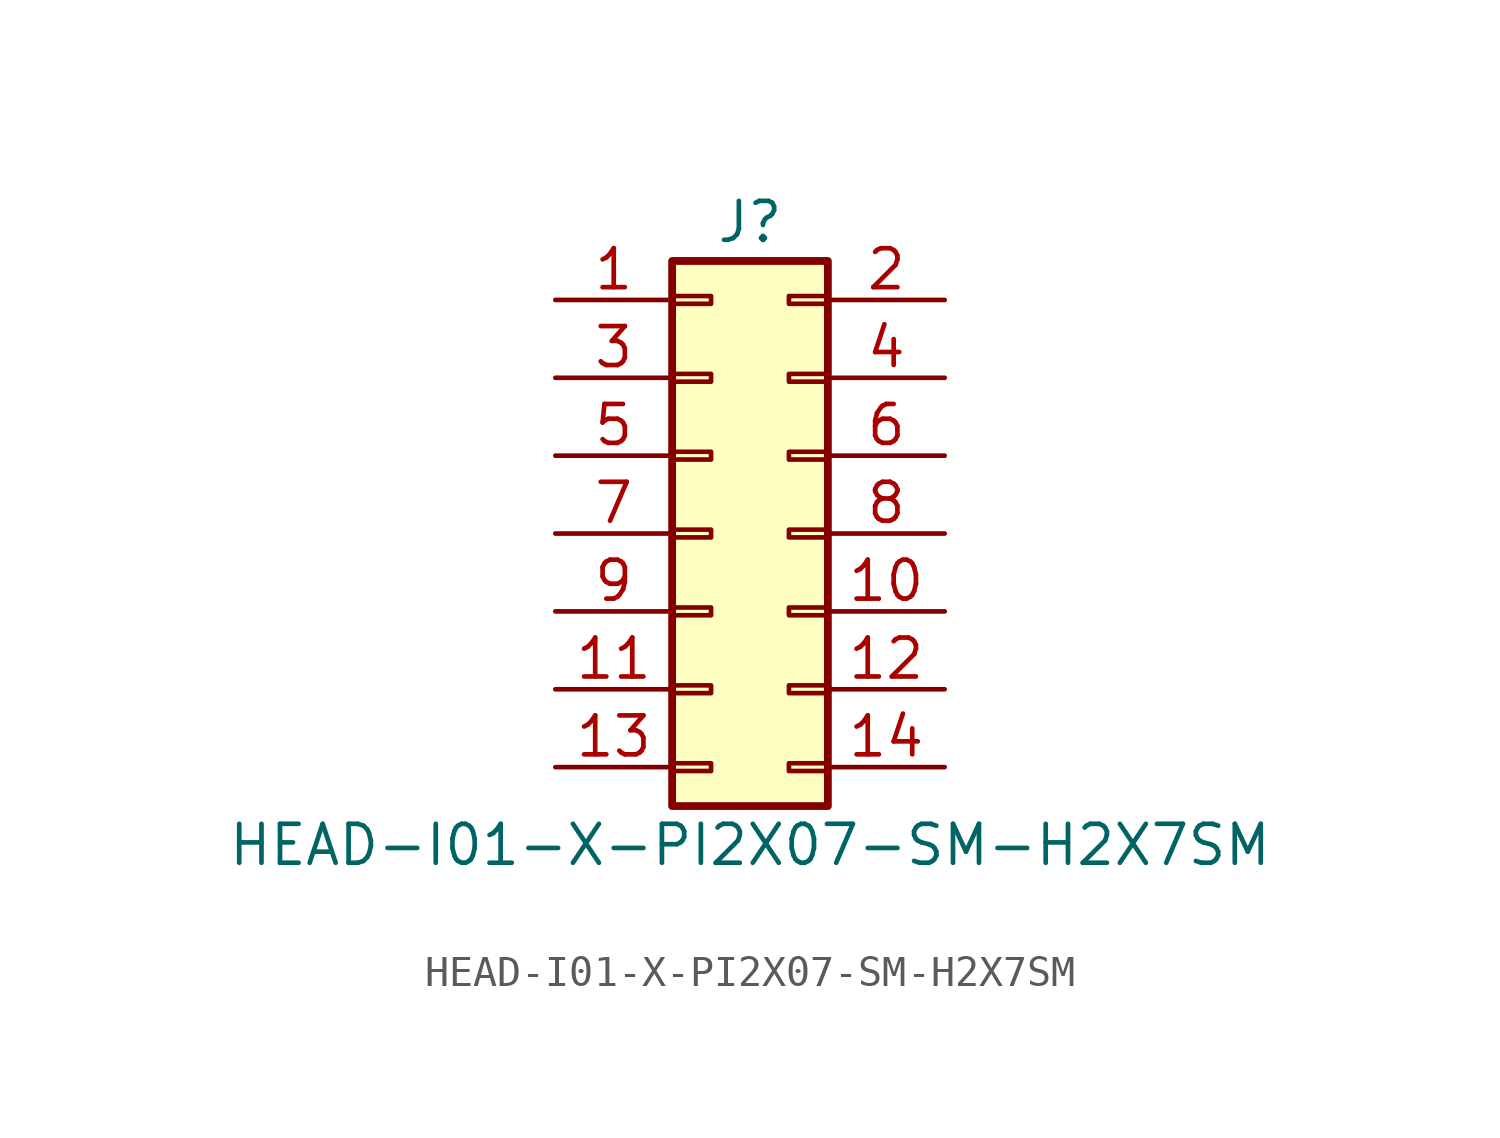
<source format=kicad_sym>
(kicad_symbol_lib
  (version 20211014)
  (generator kicad_symbol_editor)
  (symbol "HEAD-I01-X-PI2X07-SM-H2X7SM"
    (pin_names
      (offset 1.016) hide)
    (property "Reference" "J"
      (at 1.27 10.16 0)
      (effects (font (size 1.27 1.27))))
    (property "Value" "HEAD-I01-X-PI2X07-SM-H2X7SM"
      (at 1.27 -10.16 0)
      (effects (font (size 1.27 1.27))))
    (symbol "HEAD-I01-X-PI2X07-SM-H2X7SM_1_1"
      (rectangle (start -1.27 -7.493) (end 0 -7.747) (stroke (width 0.152) (type default) (color 0 0 0 0)) (fill (type none)))
      (rectangle (start -1.27 -4.953) (end 0 -5.207) (stroke (width 0.152) (type default) (color 0 0 0 0)) (fill (type none)))
      (rectangle (start -1.27 -2.413) (end 0 -2.667) (stroke (width 0.152) (type default) (color 0 0 0 0)) (fill (type none)))
      (rectangle (start -1.27 0.127) (end 0 -0.127) (stroke (width 0.152) (type default) (color 0 0 0 0)) (fill (type none)))
      (rectangle (start -1.27 2.667) (end 0 2.413) (stroke (width 0.152) (type default) (color 0 0 0 0)) (fill (type none)))
      (rectangle (start -1.27 5.207) (end 0 4.953) (stroke (width 0.152) (type default) (color 0 0 0 0)) (fill (type none)))
      (rectangle (start -1.27 7.747) (end 0 7.493) (stroke (width 0.152) (type default) (color 0 0 0 0)) (fill (type none)))
      (rectangle (start -1.27 8.89) (end 3.81 -8.89) (stroke (width 0.254) (type default) (color 0 0 0 0)) (fill (type background)))
      (rectangle (start 3.81 -7.493) (end 2.54 -7.747) (stroke (width 0.152) (type default) (color 0 0 0 0)) (fill (type none)))
      (rectangle (start 3.81 -4.953) (end 2.54 -5.207) (stroke (width 0.152) (type default) (color 0 0 0 0)) (fill (type none)))
      (rectangle (start 3.81 -2.413) (end 2.54 -2.667) (stroke (width 0.152) (type default) (color 0 0 0 0)) (fill (type none)))
      (rectangle (start 3.81 0.127) (end 2.54 -0.127) (stroke (width 0.152) (type default) (color 0 0 0 0)) (fill (type none)))
      (rectangle (start 3.81 2.667) (end 2.54 2.413) (stroke (width 0.152) (type default) (color 0 0 0 0)) (fill (type none)))
      (rectangle (start 3.81 5.207) (end 2.54 4.953) (stroke (width 0.152) (type default) (color 0 0 0 0)) (fill (type none)))
      (rectangle (start 3.81 7.747) (end 2.54 7.493) (stroke (width 0.152) (type default) (color 0 0 0 0)) (fill (type none)))
      (pin passive line (at -5.08 7.62 0) (length 3.81) (name "Pin_1" (effects (font (size 1.27 1.27)))) (number "1" (effects (font (size 1.27 1.27)))))
      (pin passive line (at 7.62 -2.54 180) (length 3.81) (name "Pin_10" (effects (font (size 1.27 1.27)))) (number "10" (effects (font (size 1.27 1.27)))))
      (pin passive line (at -5.08 -5.08 0) (length 3.81) (name "Pin_11" (effects (font (size 1.27 1.27)))) (number "11" (effects (font (size 1.27 1.27)))))
      (pin passive line (at 7.62 -5.08 180) (length 3.81) (name "Pin_12" (effects (font (size 1.27 1.27)))) (number "12" (effects (font (size 1.27 1.27)))))
      (pin passive line (at -5.08 -7.62 0) (length 3.81) (name "Pin_13" (effects (font (size 1.27 1.27)))) (number "13" (effects (font (size 1.27 1.27)))))
      (pin passive line (at 7.62 -7.62 180) (length 3.81) (name "Pin_14" (effects (font (size 1.27 1.27)))) (number "14" (effects (font (size 1.27 1.27)))))
      (pin passive line (at 7.62 7.62 180) (length 3.81) (name "Pin_2" (effects (font (size 1.27 1.27)))) (number "2" (effects (font (size 1.27 1.27)))))
      (pin passive line (at -5.08 5.08 0) (length 3.81) (name "Pin_3" (effects (font (size 1.27 1.27)))) (number "3" (effects (font (size 1.27 1.27)))))
      (pin passive line (at 7.62 5.08 180) (length 3.81) (name "Pin_4" (effects (font (size 1.27 1.27)))) (number "4" (effects (font (size 1.27 1.27)))))
      (pin passive line (at -5.08 2.54 0) (length 3.81) (name "Pin_5" (effects (font (size 1.27 1.27)))) (number "5" (effects (font (size 1.27 1.27)))))
      (pin passive line (at 7.62 2.54 180) (length 3.81) (name "Pin_6" (effects (font (size 1.27 1.27)))) (number "6" (effects (font (size 1.27 1.27)))))
      (pin passive line (at -5.08 0 0) (length 3.81) (name "Pin_7" (effects (font (size 1.27 1.27)))) (number "7" (effects (font (size 1.27 1.27)))))
      (pin passive line (at 7.62 0 180) (length 3.81) (name "Pin_8" (effects (font (size 1.27 1.27)))) (number "8" (effects (font (size 1.27 1.27)))))
      (pin passive line (at -5.08 -2.54 0) (length 3.81) (name "Pin_9" (effects (font (size 1.27 1.27)))) (number "9" (effects (font (size 1.27 1.27))))))))
</source>
